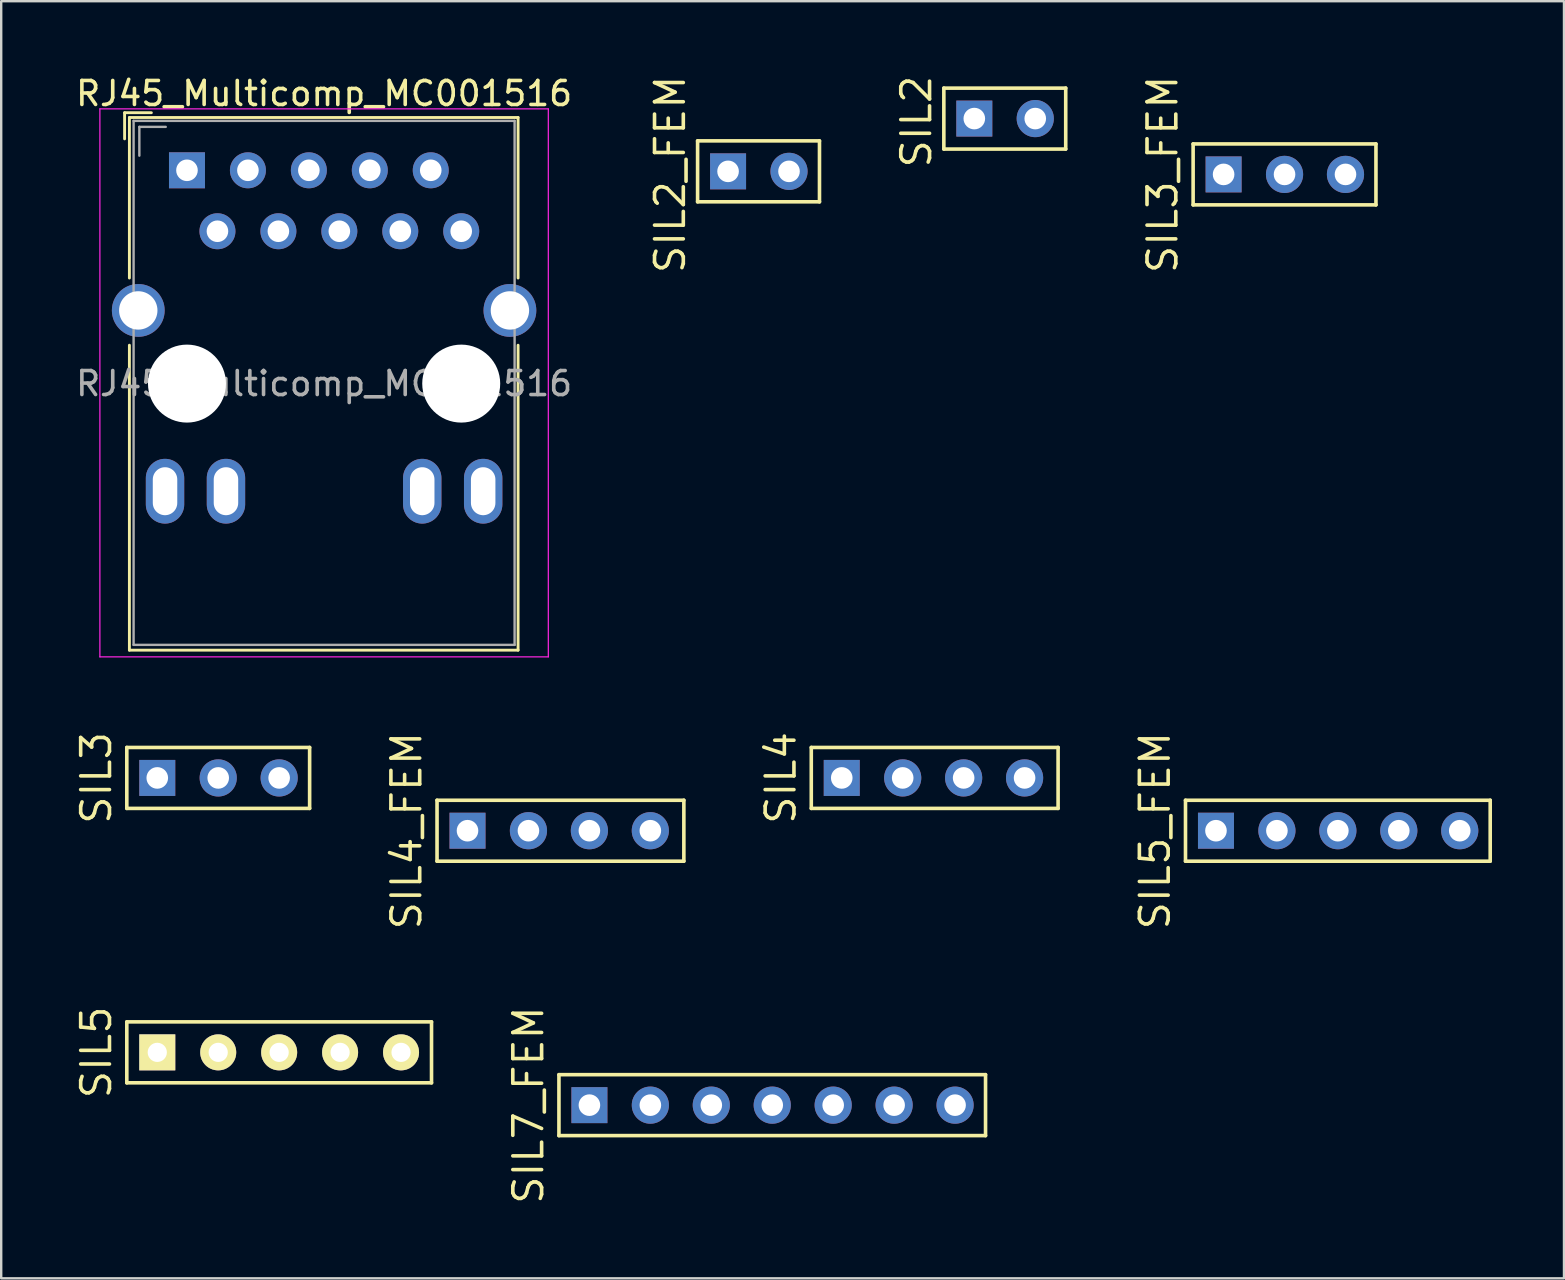
<source format=kicad_pcb>
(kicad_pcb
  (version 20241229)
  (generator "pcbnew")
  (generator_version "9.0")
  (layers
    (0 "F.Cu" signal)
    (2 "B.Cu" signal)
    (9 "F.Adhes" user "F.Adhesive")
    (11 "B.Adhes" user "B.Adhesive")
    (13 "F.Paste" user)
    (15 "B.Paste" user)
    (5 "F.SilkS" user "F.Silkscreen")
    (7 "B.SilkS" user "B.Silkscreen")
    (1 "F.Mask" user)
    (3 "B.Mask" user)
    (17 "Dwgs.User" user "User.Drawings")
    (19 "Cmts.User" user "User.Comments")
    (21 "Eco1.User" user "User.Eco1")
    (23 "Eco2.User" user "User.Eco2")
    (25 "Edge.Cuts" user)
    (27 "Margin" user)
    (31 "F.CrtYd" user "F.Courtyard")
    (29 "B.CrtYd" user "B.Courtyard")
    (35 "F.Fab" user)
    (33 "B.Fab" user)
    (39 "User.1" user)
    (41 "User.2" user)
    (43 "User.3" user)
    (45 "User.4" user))
  (footprint "SIL3"
    (layer "F.Cu")
    (at 6.045 29.373)
    (property "Reference" "SIL3" (at -5.08 0 90) (layer "F.SilkS") (effects (font (size 1.2 1.2) (thickness 0.15))))
    (attr through_hole)
    (fp_line (start -3.81 -1.27) (end 3.81 -1.27) (stroke (width 0.15) (type solid)) (layer "F.SilkS"))
    (fp_line (start -3.81 1.27) (end -3.81 -1.27) (stroke (width 0.15) (type solid)) (layer "F.SilkS"))
    (fp_line (start -3.81 1.27) (end 3.81 1.27) (stroke (width 0.15) (type solid)) (layer "F.SilkS"))
    (fp_line (start 3.81 1.27) (end 3.81 -1.27) (stroke (width 0.15) (type solid)) (layer "F.SilkS"))
    (pad "1" thru_hole rect (at -2.54 0) (size 1.5 1.5) (drill 0.9) (layers "*.Cu" "*.Mask"))
    (pad "2" thru_hole circle (at 0 0) (size 1.55 1.55) (drill 0.9) (layers "*.Cu" "*.Mask"))
    (pad "3" thru_hole circle (at 2.54 0) (size 1.55 1.55) (drill 0.9) (layers "*.Cu" "*.Mask")))
  (footprint "RJ45_Multicomp_MC001516"
    (layer "F.Cu")
    (at 10.443 24.048)
    (property "Reference" "RJ45_Multicomp_MC001516" (at 0.015 -23.2 180) (layer "F.SilkS") (effects (font (size 1 1) (thickness 0.15))))
    (attr through_hole)
    (fp_line (start -8.3 -22.4) (end -7.185 -22.4) (stroke (width 0.12) (type solid)) (layer "F.SilkS"))
    (fp_line (start -8.3 -21.31) (end -8.3 -22.4) (stroke (width 0.12) (type solid)) (layer "F.SilkS"))
    (fp_line (start -8.1 -22.2) (end -8.1 -15.51) (stroke (width 0.12) (type solid)) (layer "F.SilkS"))
    (fp_line (start -8.1 -12.71) (end -8.1 0) (stroke (width 0.12) (type solid)) (layer "F.SilkS"))
    (fp_line (start 8.1 -22.2) (end -8.1 -22.2) (stroke (width 0.12) (type solid)) (layer "F.SilkS"))
    (fp_line (start 8.1 -15.51) (end 8.1 -22.2) (stroke (width 0.12) (type solid)) (layer "F.SilkS"))
    (fp_line (start 8.1 0) (end -8.1 0) (stroke (width 0.12) (type solid)) (layer "F.SilkS"))
    (fp_line (start 8.1 0) (end 8.1 -12.71) (stroke (width 0.12) (type solid)) (layer "F.SilkS"))
    (fp_line (start -9.33 -22.56) (end 9.36 -22.56) (stroke (width 0.05) (type solid)) (layer "F.CrtYd"))
    (fp_line (start -9.33 0.28) (end -9.33 -22.56) (stroke (width 0.05) (type solid)) (layer "F.CrtYd"))
    (fp_line (start 9.36 -22.56) (end 9.36 0.28) (stroke (width 0.05) (type solid)) (layer "F.CrtYd"))
    (fp_line (start 9.36 0.28) (end -9.33 0.28) (stroke (width 0.05) (type solid)) (layer "F.CrtYd"))
    (fp_line (start -7.925 -0.22) (end -7.925 -22.06) (stroke (width 0.1) (type solid)) (layer "F.Fab"))
    (fp_line (start -7.685 -21.81) (end -6.585 -21.81) (stroke (width 0.1) (type solid)) (layer "F.Fab"))
    (fp_line (start -7.685 -20.61) (end -7.685 -21.81) (stroke (width 0.1) (type solid)) (layer "F.Fab"))
    (fp_line (start 7.955 -22.06) (end -7.925 -22.06) (stroke (width 0.1) (type solid)) (layer "F.Fab"))
    (fp_line (start 7.955 -0.22) (end -7.925 -0.22) (stroke (width 0.1) (type solid)) (layer "F.Fab"))
    (fp_line (start 7.955 -0.22) (end 7.955 -22.06) (stroke (width 0.1) (type solid)) (layer "F.Fab"))
    (fp_text user "${REFERENCE}" (at 0.015 -11.11 180) (layer "F.Fab") (effects (font (size 1 1) (thickness 0.15))))
    (pad "" np_thru_hole circle (at -5.7 -11.11 180) (size 3.25 3.25) (drill 3.25) (layers "*.Cu" "*.Mask"))
    (pad "" np_thru_hole circle (at 5.73 -11.11 180) (size 3.25 3.25) (drill 3.25) (layers "*.Cu" "*.Mask"))
    (pad "1" thru_hole rect (at -5.7 -20 180) (size 1.5 1.5) (drill 0.9) (layers "*.Cu" "*.Mask"))
    (pad "2" thru_hole circle (at -4.43 -17.46 180) (size 1.5 1.5) (drill 0.9) (layers "*.Cu" "*.Mask"))
    (pad "3" thru_hole circle (at -3.16 -20 180) (size 1.5 1.5) (drill 0.9) (layers "*.Cu" "*.Mask"))
    (pad "4" thru_hole circle (at -1.89 -17.46 180) (size 1.5 1.5) (drill 0.9) (layers "*.Cu" "*.Mask"))
    (pad "5" thru_hole circle (at -0.62 -20 180) (size 1.5 1.5) (drill 0.9) (layers "*.Cu" "*.Mask"))
    (pad "6" thru_hole circle (at 0.65 -17.46 180) (size 1.5 1.5) (drill 0.9) (layers "*.Cu" "*.Mask"))
    (pad "7" thru_hole circle (at 1.92 -20 180) (size 1.5 1.5) (drill 0.9) (layers "*.Cu" "*.Mask"))
    (pad "8" thru_hole circle (at 3.19 -17.46 180) (size 1.5 1.5) (drill 0.9) (layers "*.Cu" "*.Mask"))
    (pad "9" thru_hole circle (at 4.46 -20 180) (size 1.5 1.5) (drill 0.9) (layers "*.Cu" "*.Mask"))
    (pad "10" thru_hole circle (at 5.73 -17.46 180) (size 1.5 1.5) (drill 0.9) (layers "*.Cu" "*.Mask"))
    (pad "L1" thru_hole oval (at 6.645 -6.625 180) (size 1.6 2.7) (drill oval 1.02 2) (layers "*.Cu" "*.Mask"))
    (pad "L2" thru_hole oval (at 4.105 -6.625 180) (size 1.6 2.7) (drill oval 1.02 2) (layers "*.Cu" "*.Mask"))
    (pad "L3" thru_hole oval (at -4.075 -6.625 180) (size 1.6 2.7) (drill oval 1.02 2) (layers "*.Cu" "*.Mask"))
    (pad "L4" thru_hole oval (at -6.615 -6.625 180) (size 1.6 2.7) (drill oval 1.02 2) (layers "*.Cu" "*.Mask"))
    (pad "SH" thru_hole circle (at -7.73 -14.16 180) (size 2.2 2.2) (drill 1.6) (layers "*.Cu" "*.Mask"))
    (pad "SH" thru_hole circle (at 7.76 -14.16 180) (size 2.2 2.2) (drill 1.6) (layers "*.Cu" "*.Mask")))
  (footprint "SIL5"
    (layer "F.Cu")
    (at 8.585 40.811)
    (property "Reference" "SIL5" (at -7.62 0 90) (layer "F.SilkS") (effects (font (size 1.2 1.2) (thickness 0.15))))
    (attr through_hole)
    (fp_line (start -6.35 -1.27) (end 6.35 -1.27) (stroke (width 0.15) (type solid)) (layer "F.SilkS"))
    (fp_line (start -6.35 1.27) (end -6.35 -1.27) (stroke (width 0.15) (type solid)) (layer "F.SilkS"))
    (fp_line (start -6.35 1.27) (end 6.35 1.27) (stroke (width 0.15) (type solid)) (layer "F.SilkS"))
    (fp_line (start 6.35 1.27) (end 6.35 -1.27) (stroke (width 0.15) (type solid)) (layer "F.SilkS"))
    (pad "1" thru_hole rect (at -5.08 0) (size 1.5 1.5) (drill 0.8) (layers "*.Cu" "*.Mask" "F.SilkS"))
    (pad "2" thru_hole circle (at -2.54 0) (size 1.5 1.5) (drill 0.8) (layers "*.Cu" "*.Mask" "F.SilkS"))
    (pad "3" thru_hole circle (at 0 0) (size 1.5 1.5) (drill 0.8) (layers "*.Cu" "*.Mask" "F.SilkS"))
    (pad "4" thru_hole circle (at 2.54 0) (size 1.5 1.5) (drill 0.8) (layers "*.Cu" "*.Mask" "F.SilkS"))
    (pad "5" thru_hole circle (at 5.08 0) (size 1.5 1.5) (drill 0.8) (layers "*.Cu" "*.Mask" "F.SilkS")))
  (footprint "SIL2"
    (layer "F.Cu")
    (at 38.828 1.892)
    (property "Reference" "SIL2" (at -3.683 0.127 90) (layer "F.SilkS") (effects (font (size 1.2 1.2) (thickness 0.15))))
    (attr through_hole)
    (fp_line (start -2.54 -1.27) (end 2.54 -1.27) (stroke (width 0.15) (type solid)) (layer "F.SilkS"))
    (fp_line (start -2.54 1.27) (end -2.54 -1.27) (stroke (width 0.15) (type solid)) (layer "F.SilkS"))
    (fp_line (start -2.54 1.27) (end 2.54 1.27) (stroke (width 0.15) (type solid)) (layer "F.SilkS"))
    (fp_line (start 2.54 1.27) (end 2.54 -1.27) (stroke (width 0.15) (type solid)) (layer "F.SilkS"))
    (pad "1" thru_hole rect (at -1.27 0) (size 1.5 1.5) (drill 0.9) (layers "*.Cu" "*.Mask"))
    (pad "2" thru_hole circle (at 1.27 0) (size 1.55 1.55) (drill 0.9) (layers "*.Cu" "*.Mask")))
  (footprint "SIL7_FEM"
    (layer "F.Cu")
    (at 29.136 43.011)
    (property "Reference" "SIL7_FEM" (at -10.16 0 90) (layer "F.SilkS") (effects (font (size 1.2 1.2) (thickness 0.15))))
    (attr through_hole)
    (fp_line (start -8.89 -1.27) (end 8.89 -1.27) (stroke (width 0.15) (type solid)) (layer "F.SilkS"))
    (fp_line (start -8.89 1.27) (end -8.89 -1.27) (stroke (width 0.15) (type solid)) (layer "F.SilkS"))
    (fp_line (start -8.89 1.27) (end 8.89 1.27) (stroke (width 0.15) (type solid)) (layer "F.SilkS"))
    (fp_line (start 8.89 1.27) (end 8.89 -1.27) (stroke (width 0.15) (type solid)) (layer "F.SilkS"))
    (pad "1" thru_hole rect (at -7.62 0) (size 1.5 1.5) (drill 0.9) (layers "*.Cu" "*.Mask"))
    (pad "2" thru_hole circle (at -5.08 0) (size 1.55 1.55) (drill 0.9) (layers "*.Cu" "*.Mask"))
    (pad "3" thru_hole circle (at -2.54 0) (size 1.55 1.55) (drill 0.9) (layers "*.Cu" "*.Mask"))
    (pad "4" thru_hole circle (at 0 0) (size 1.55 1.55) (drill 0.9) (layers "*.Cu" "*.Mask"))
    (pad "5" thru_hole circle (at 2.54 0) (size 1.55 1.55) (drill 0.9) (layers "*.Cu" "*.Mask"))
    (pad "6" thru_hole circle (at 5.08 0 90) (size 1.55 1.55) (drill 0.9) (layers "*.Cu" "*.Mask"))
    (pad "7" thru_hole circle (at 7.62 0) (size 1.55 1.55) (drill 0.9) (layers "*.Cu" "*.Mask")))
  (footprint "SIL3_FEM"
    (layer "F.Cu")
    (at 50.488 4.219)
    (property "Reference" "SIL3_FEM" (at -5.08 0 90) (layer "F.SilkS") (effects (font (size 1.2 1.2) (thickness 0.15))))
    (attr through_hole)
    (fp_line (start -3.81 -1.27) (end 3.81 -1.27) (stroke (width 0.15) (type solid)) (layer "F.SilkS"))
    (fp_line (start -3.81 1.27) (end -3.81 -1.27) (stroke (width 0.15) (type solid)) (layer "F.SilkS"))
    (fp_line (start -3.81 1.27) (end 3.81 1.27) (stroke (width 0.15) (type solid)) (layer "F.SilkS"))
    (fp_line (start 3.81 1.27) (end 3.81 -1.27) (stroke (width 0.15) (type solid)) (layer "F.SilkS"))
    (pad "1" thru_hole rect (at -2.54 0) (size 1.5 1.5) (drill 0.9) (layers "*.Cu" "*.Mask"))
    (pad "2" thru_hole circle (at 0 0) (size 1.55 1.55) (drill 0.9) (layers "*.Cu" "*.Mask"))
    (pad "3" thru_hole circle (at 2.54 0) (size 1.55 1.55) (drill 0.9) (layers "*.Cu" "*.Mask")))
  (footprint "SIL4_FEM"
    (layer "F.Cu")
    (at 21.515 31.573)
    (property "Reference" "SIL4_FEM" (at -7.62 0 90) (layer "F.SilkS") (effects (font (size 1.2 1.2) (thickness 0.15))))
    (attr through_hole)
    (fp_line (start -6.35 -1.27) (end 3.937 -1.27) (stroke (width 0.15) (type solid)) (layer "F.SilkS"))
    (fp_line (start -6.35 1.27) (end -6.35 -1.27) (stroke (width 0.15) (type solid)) (layer "F.SilkS"))
    (fp_line (start -6.35 1.27) (end 3.937 1.27) (stroke (width 0.15) (type solid)) (layer "F.SilkS"))
    (fp_line (start 3.937 1.27) (end 3.937 -1.27) (stroke (width 0.15) (type solid)) (layer "F.SilkS"))
    (pad "1" thru_hole rect (at -5.08 0) (size 1.5 1.5) (drill 0.9) (layers "*.Cu" "*.Mask"))
    (pad "2" thru_hole circle (at -2.54 0) (size 1.55 1.55) (drill 0.9) (layers "*.Cu" "*.Mask"))
    (pad "3" thru_hole circle (at 0 0) (size 1.55 1.55) (drill 0.9) (layers "*.Cu" "*.Mask"))
    (pad "4" thru_hole circle (at 2.54 0) (size 1.55 1.55) (drill 0.9) (layers "*.Cu" "*.Mask")))
  (footprint "SIL4"
    (layer "F.Cu")
    (at 37.113 29.373)
    (property "Reference" "SIL4" (at -7.62 0 90) (layer "F.SilkS") (effects (font (size 1.2 1.2) (thickness 0.15))))
    (attr through_hole)
    (fp_line (start -6.35 -1.27) (end 3.937 -1.27) (stroke (width 0.15) (type solid)) (layer "F.SilkS"))
    (fp_line (start -6.35 1.27) (end -6.35 -1.27) (stroke (width 0.15) (type solid)) (layer "F.SilkS"))
    (fp_line (start -6.35 1.27) (end 3.937 1.27) (stroke (width 0.15) (type solid)) (layer "F.SilkS"))
    (fp_line (start 3.937 1.27) (end 3.937 -1.27) (stroke (width 0.15) (type solid)) (layer "F.SilkS"))
    (pad "1" thru_hole rect (at -5.08 0) (size 1.5 1.5) (drill 0.9) (layers "*.Cu" "*.Mask"))
    (pad "2" thru_hole circle (at -2.54 0) (size 1.55 1.55) (drill 0.9) (layers "*.Cu" "*.Mask"))
    (pad "3" thru_hole circle (at 0 0) (size 1.55 1.55) (drill 0.9) (layers "*.Cu" "*.Mask"))
    (pad "4" thru_hole circle (at 2.54 0) (size 1.55 1.55) (drill 0.9) (layers "*.Cu" "*.Mask")))
  (footprint "SIL5_FEM"
    (layer "F.Cu")
    (at 52.71 31.573)
    (property "Reference" "SIL5_FEM" (at -7.62 0 90) (layer "F.SilkS") (effects (font (size 1.2 1.2) (thickness 0.15))))
    (attr through_hole)
    (fp_line (start -6.35 -1.27) (end 6.35 -1.27) (stroke (width 0.15) (type solid)) (layer "F.SilkS"))
    (fp_line (start -6.35 1.27) (end -6.35 -1.27) (stroke (width 0.15) (type solid)) (layer "F.SilkS"))
    (fp_line (start -6.35 1.27) (end 6.35 1.27) (stroke (width 0.15) (type solid)) (layer "F.SilkS"))
    (fp_line (start 6.35 1.27) (end 6.35 -1.27) (stroke (width 0.15) (type solid)) (layer "F.SilkS"))
    (pad "1" thru_hole rect (at -5.08 0) (size 1.5 1.5) (drill 0.9) (layers "*.Cu" "*.Mask"))
    (pad "2" thru_hole circle (at -2.54 0) (size 1.55 1.55) (drill 0.9) (layers "*.Cu" "*.Mask"))
    (pad "3" thru_hole circle (at 0 0) (size 1.55 1.55) (drill 0.9) (layers "*.Cu" "*.Mask"))
    (pad "4" thru_hole circle (at 2.54 0) (size 1.55 1.55) (drill 0.9) (layers "*.Cu" "*.Mask"))
    (pad "5" thru_hole circle (at 5.08 0) (size 1.55 1.55) (drill 0.9) (layers "*.Cu" "*.Mask")))
  (footprint "SIL2_FEM"
    (layer "F.Cu")
    (at 28.565 4.092)
    (property "Reference" "SIL2_FEM" (at -3.683 0.127 90) (layer "F.SilkS") (effects (font (size 1.2 1.2) (thickness 0.15))))
    (attr through_hole)
    (fp_line (start -2.54 -1.27) (end 2.54 -1.27) (stroke (width 0.15) (type solid)) (layer "F.SilkS"))
    (fp_line (start -2.54 1.27) (end -2.54 -1.27) (stroke (width 0.15) (type solid)) (layer "F.SilkS"))
    (fp_line (start -2.54 1.27) (end 2.54 1.27) (stroke (width 0.15) (type solid)) (layer "F.SilkS"))
    (fp_line (start 2.54 1.27) (end 2.54 -1.27) (stroke (width 0.15) (type solid)) (layer "F.SilkS"))
    (pad "1" thru_hole rect (at -1.27 0) (size 1.5 1.5) (drill 0.9) (layers "*.Cu" "*.Mask"))
    (pad "2" thru_hole circle (at 1.27 0) (size 1.55 1.55) (drill 0.9) (layers "*.Cu" "*.Mask")))
  (gr_rect
    (start -3 -3)
    (end 62.135 50.23)
    (stroke (width 0.1) (type default))
    (fill no)
    (layer "Edge.Cuts")))
</source>
